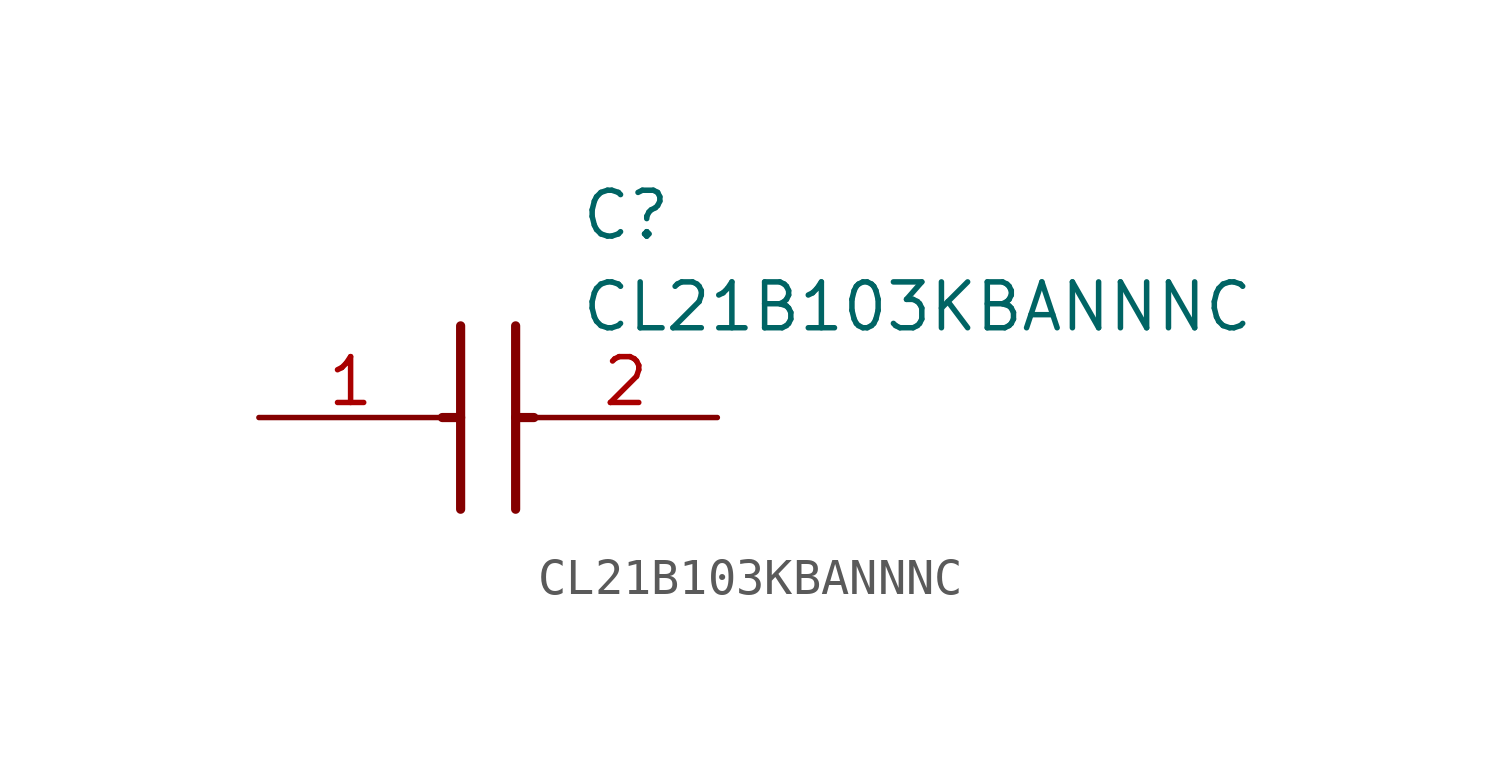
<source format=kicad_sym>
(kicad_symbol_lib
  (version 20211014)
  (generator SamacSys_ECAD_Model)
  (symbol "CL21B103KBANNNC"
    (pin_names hide)
    (property "Reference" "C"
      (at 8.89 6.35 0)
      (effects (font (size 1.27 1.27)) (justify left top)))
    (property "Value" "CL21B103KBANNNC"
      (at 8.89 3.81 0)
      (effects (font (size 1.27 1.27)) (justify left top)))
    (polyline
      (pts (xy 5.588 2.54) (xy 5.588 -2.54))
      (stroke (width 0.254) (type default))
      (fill (type none)))
    (polyline
      (pts (xy 7.112 2.54) (xy 7.112 -2.54))
      (stroke (width 0.254) (type default))
      (fill (type none)))
    (polyline
      (pts (xy 5.08 0) (xy 5.588 0))
      (stroke (width 0.254) (type default))
      (fill (type none)))
    (polyline
      (pts (xy 7.112 0) (xy 7.62 0))
      (stroke (width 0.254) (type default))
      (fill (type none)))
    (pin passive line
      (at 0 0 0)
      (length 5.08)
      (name "1" (effects (font (size 1.27 1.27))))
      (number "1" (effects (font (size 1.27 1.27)))))
    (pin passive line
      (at 12.7 0 180)
      (length 5.08)
      (name "2" (effects (font (size 1.27 1.27))))
      (number "2" (effects (font (size 1.27 1.27)))))))
</source>
